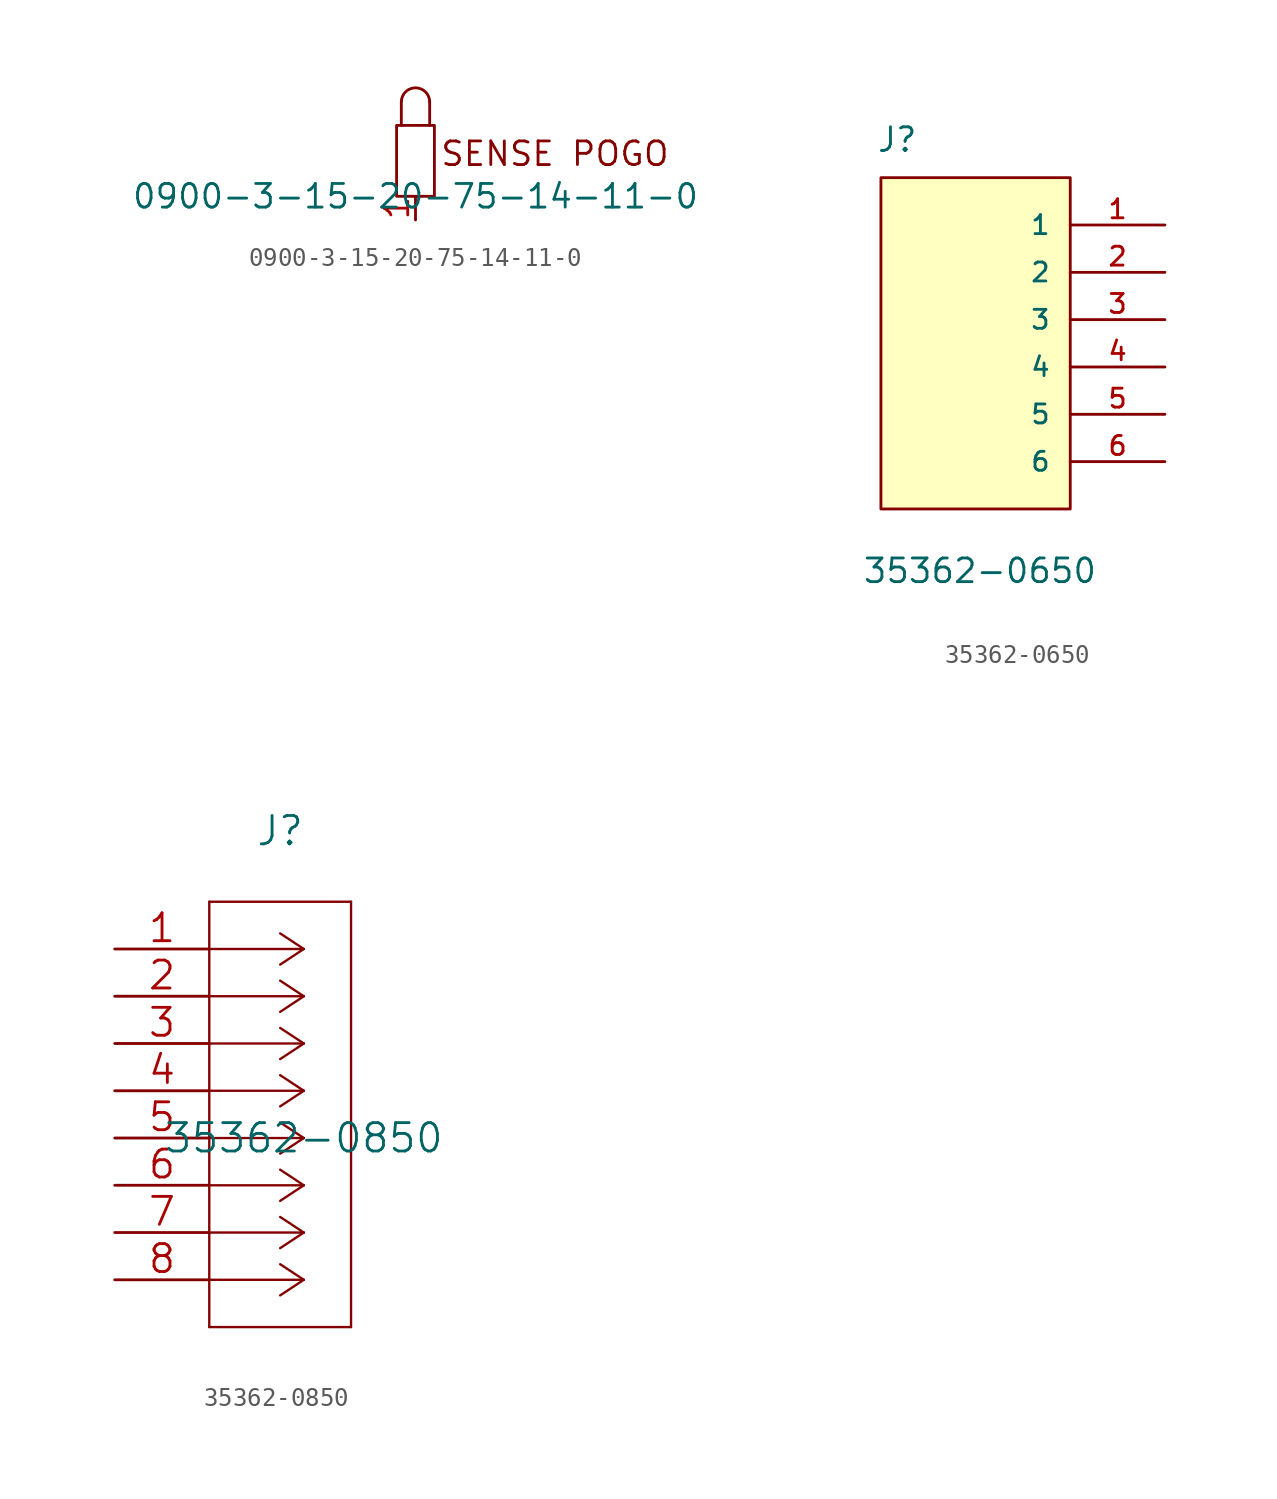
<source format=kicad_sym>
(kicad_symbol_lib
  (version 20241209)
  (generator "kicad_symbol_editor")
  (generator_version "9.0")
  (symbol "0900-3-15-20-75-14-11-0"
    (property "Reference" "U"
      (at 0 0 0)
      (effects (font (size 1.27 1.27)) (hide yes)))
    (property "Value" "0900-3-15-20-75-14-11-0"
      (at 0 0 0)
      (effects (font (size 1.27 1.27))))
    (symbol "0900-3-15-20-75-14-11-0_0_1"
      (rectangle (start -1.016 3.81) (end 1.016 0) (stroke (width 0) (type default)) (fill (type none)))
      (polyline (pts (xy -0.762 5.08) (xy -0.762 3.81)) (stroke (width 0) (type default)) (fill (type none)))
      (arc (start -0.762 5.08) (mid 0 5.8298) (end 0.762 5.08) (stroke (width 0) (type default)) (fill (type none)))
      (polyline (pts (xy 0.762 5.08) (xy 0.762 3.81)) (stroke (width 0) (type default)) (fill (type none))))
    (symbol "0900-3-15-20-75-14-11-0_1_1"
      (text "SENSE POGO" (at 7.493 2.286 0) (effects (font (size 1.27 1.27))))
      (pin passive line (at 0 -1.27 90) (length 1.27) (name "" (effects (font (size 1.27 1.27)))) (number "1" (effects (font (size 1.27 1.27)))))))
  (symbol "35362-0650"
    (pin_names
      (offset 1.016))
    (property "Reference" "J"
      (at -5.334 11.455 0)
      (effects (font (size 1.27 1.27)) (justify left bottom)))
    (property "Value" "35362-0650"
      (at -6.096 -11.684 0)
      (effects (font (size 1.27 1.27)) (justify left bottom)))
    (symbol "35362-0650_0_0"
      (rectangle (start -5.08 10.16) (end 5.08 -7.62) (stroke (width 0.152) (type default)) (fill (type background)))
      (pin passive line (at 10.16 7.62 180) (length 5.08) (name "1" (effects (font (size 1.016 1.016)))) (number "1" (effects (font (size 1.016 1.016)))))
      (pin passive line (at 10.16 5.08 180) (length 5.08) (name "2" (effects (font (size 1.016 1.016)))) (number "2" (effects (font (size 1.016 1.016)))))
      (pin passive line (at 10.16 2.54 180) (length 5.08) (name "3" (effects (font (size 1.016 1.016)))) (number "3" (effects (font (size 1.016 1.016)))))
      (pin passive line (at 10.16 0 180) (length 5.08) (name "4" (effects (font (size 1.016 1.016)))) (number "4" (effects (font (size 1.016 1.016)))))
      (pin passive line (at 10.16 -2.54 180) (length 5.08) (name "5" (effects (font (size 1.016 1.016)))) (number "5" (effects (font (size 1.016 1.016)))))
      (pin passive line (at 10.16 -5.08 180) (length 5.08) (name "6" (effects (font (size 1.016 1.016)))) (number "6" (effects (font (size 1.016 1.016)))))))
  (symbol "35362-0850"
    (pin_names
      (offset 0.254)
      (hide yes))
    (property "Reference" "J"
      (at 8.89 6.35 0)
      (effects (font (size 1.524 1.524))))
    (property "Value" "35362-0850"
      (at 10.16 -10.16 0)
      (effects (font (size 1.524 1.524))))
    (property "Datasheet" ""
      (at 0 0 0)
      (effects (font (size 1.524 1.524))))
    (property "ki_locked" ""
      (at 0 0 0)
      (effects (font (size 1.27 1.27))))
    (symbol "35362-0850_1_1"
      (polyline (pts (xy 5.08 2.54) (xy 5.08 -20.32)) (stroke (width 0.127) (type default)) (fill (type none)))
      (polyline (pts (xy 5.08 -20.32) (xy 12.7 -20.32)) (stroke (width 0.127) (type default)) (fill (type none)))
      (polyline (pts (xy 10.16 0) (xy 5.08 0)) (stroke (width 0.127) (type default)) (fill (type none)))
      (polyline (pts (xy 10.16 0) (xy 8.89 0.838)) (stroke (width 0.127) (type default)) (fill (type none)))
      (polyline (pts (xy 10.16 0) (xy 8.89 -0.838)) (stroke (width 0.127) (type default)) (fill (type none)))
      (polyline (pts (xy 10.16 -2.54) (xy 5.08 -2.54)) (stroke (width 0.127) (type default)) (fill (type none)))
      (polyline (pts (xy 10.16 -2.54) (xy 8.89 -1.702)) (stroke (width 0.127) (type default)) (fill (type none)))
      (polyline (pts (xy 10.16 -2.54) (xy 8.89 -3.378)) (stroke (width 0.127) (type default)) (fill (type none)))
      (polyline (pts (xy 10.16 -5.08) (xy 5.08 -5.08)) (stroke (width 0.127) (type default)) (fill (type none)))
      (polyline (pts (xy 10.16 -5.08) (xy 8.89 -4.242)) (stroke (width 0.127) (type default)) (fill (type none)))
      (polyline (pts (xy 10.16 -5.08) (xy 8.89 -5.918)) (stroke (width 0.127) (type default)) (fill (type none)))
      (polyline (pts (xy 10.16 -7.62) (xy 5.08 -7.62)) (stroke (width 0.127) (type default)) (fill (type none)))
      (polyline (pts (xy 10.16 -7.62) (xy 8.89 -6.782)) (stroke (width 0.127) (type default)) (fill (type none)))
      (polyline (pts (xy 10.16 -7.62) (xy 8.89 -8.458)) (stroke (width 0.127) (type default)) (fill (type none)))
      (polyline (pts (xy 10.16 -10.16) (xy 5.08 -10.16)) (stroke (width 0.127) (type default)) (fill (type none)))
      (polyline (pts (xy 10.16 -10.16) (xy 8.89 -9.322)) (stroke (width 0.127) (type default)) (fill (type none)))
      (polyline (pts (xy 10.16 -10.16) (xy 8.89 -10.998)) (stroke (width 0.127) (type default)) (fill (type none)))
      (polyline (pts (xy 10.16 -12.7) (xy 5.08 -12.7)) (stroke (width 0.127) (type default)) (fill (type none)))
      (polyline (pts (xy 10.16 -12.7) (xy 8.89 -11.862)) (stroke (width 0.127) (type default)) (fill (type none)))
      (polyline (pts (xy 10.16 -12.7) (xy 8.89 -13.538)) (stroke (width 0.127) (type default)) (fill (type none)))
      (polyline (pts (xy 10.16 -15.24) (xy 5.08 -15.24)) (stroke (width 0.127) (type default)) (fill (type none)))
      (polyline (pts (xy 10.16 -15.24) (xy 8.89 -14.402)) (stroke (width 0.127) (type default)) (fill (type none)))
      (polyline (pts (xy 10.16 -15.24) (xy 8.89 -16.078)) (stroke (width 0.127) (type default)) (fill (type none)))
      (polyline (pts (xy 10.16 -17.78) (xy 5.08 -17.78)) (stroke (width 0.127) (type default)) (fill (type none)))
      (polyline (pts (xy 10.16 -17.78) (xy 8.89 -16.942)) (stroke (width 0.127) (type default)) (fill (type none)))
      (polyline (pts (xy 10.16 -17.78) (xy 8.89 -18.618)) (stroke (width 0.127) (type default)) (fill (type none)))
      (polyline (pts (xy 12.7 2.54) (xy 5.08 2.54)) (stroke (width 0.127) (type default)) (fill (type none)))
      (polyline (pts (xy 12.7 -20.32) (xy 12.7 2.54)) (stroke (width 0.127) (type default)) (fill (type none)))
      (pin unspecified line (at 0 0 0) (length 5.08) (name "1" (effects (font (size 1.499 1.499)))) (number "1" (effects (font (size 1.499 1.499)))))
      (pin unspecified line (at 0 -2.54 0) (length 5.08) (name "2" (effects (font (size 1.499 1.499)))) (number "2" (effects (font (size 1.499 1.499)))))
      (pin unspecified line (at 0 -5.08 0) (length 5.08) (name "3" (effects (font (size 1.499 1.499)))) (number "3" (effects (font (size 1.499 1.499)))))
      (pin unspecified line (at 0 -7.62 0) (length 5.08) (name "4" (effects (font (size 1.499 1.499)))) (number "4" (effects (font (size 1.499 1.499)))))
      (pin unspecified line (at 0 -10.16 0) (length 5.08) (name "5" (effects (font (size 1.499 1.499)))) (number "5" (effects (font (size 1.499 1.499)))))
      (pin unspecified line (at 0 -12.7 0) (length 5.08) (name "6" (effects (font (size 1.499 1.499)))) (number "6" (effects (font (size 1.499 1.499)))))
      (pin unspecified line (at 0 -15.24 0) (length 5.08) (name "7" (effects (font (size 1.499 1.499)))) (number "7" (effects (font (size 1.499 1.499)))))
      (pin unspecified line (at 0 -17.78 0) (length 5.08) (name "8" (effects (font (size 1.499 1.499)))) (number "8" (effects (font (size 1.499 1.499))))))))
</source>
